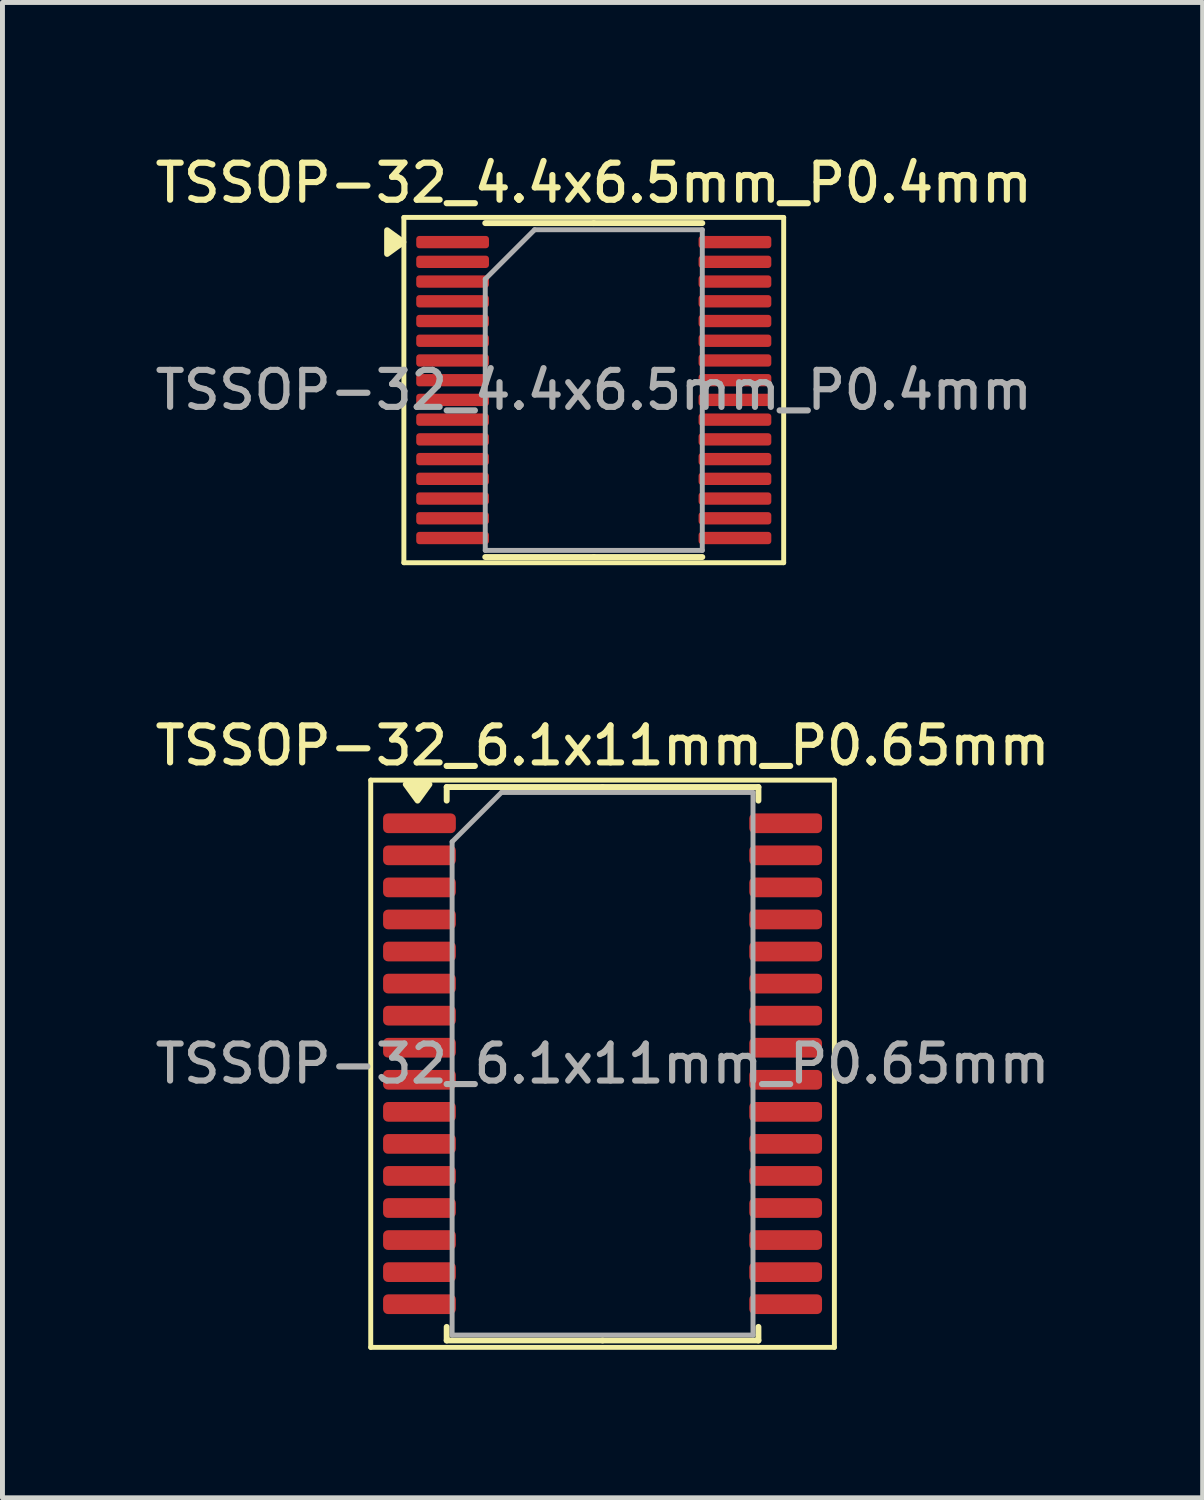
<source format=kicad_pcb>
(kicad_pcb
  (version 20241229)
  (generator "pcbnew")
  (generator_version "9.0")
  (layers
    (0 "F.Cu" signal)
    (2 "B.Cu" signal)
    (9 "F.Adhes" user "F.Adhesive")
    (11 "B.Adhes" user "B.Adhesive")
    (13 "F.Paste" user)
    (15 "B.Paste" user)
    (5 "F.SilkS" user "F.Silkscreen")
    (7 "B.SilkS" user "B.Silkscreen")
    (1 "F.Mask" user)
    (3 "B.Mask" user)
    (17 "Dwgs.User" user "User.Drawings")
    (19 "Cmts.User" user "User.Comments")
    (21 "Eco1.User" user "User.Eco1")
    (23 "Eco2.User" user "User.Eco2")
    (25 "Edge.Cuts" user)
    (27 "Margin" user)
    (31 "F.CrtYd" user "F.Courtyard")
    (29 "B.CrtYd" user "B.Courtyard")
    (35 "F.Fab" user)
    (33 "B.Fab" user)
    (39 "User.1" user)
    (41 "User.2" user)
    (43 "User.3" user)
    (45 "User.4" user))
  (footprint "TSSOP-32_6.1x11mm_P0.65mm"
    (layer "F.Cu")
    (at 9.166 18.516)
    (property "Reference" "TSSOP-32_6.1x11mm_P0.65mm" (at 0 -6.45 0) (layer "F.SilkS") (effects (font (size 0.75 0.75) (thickness 0.125))))
    (attr smd)
    (fp_line (start -4.7 -5.75) (end -4.7 5.75) (stroke (width 0.1) (type solid)) (layer "F.SilkS"))
    (fp_line (start -4.7 5.75) (end 4.7 5.75) (stroke (width 0.1) (type solid)) (layer "F.SilkS"))
    (fp_line (start -3.16 -5.61) (end -3.16 -5.335) (stroke (width 0.12) (type solid)) (layer "F.SilkS"))
    (fp_line (start -3.16 5.61) (end -3.16 5.335) (stroke (width 0.12) (type solid)) (layer "F.SilkS"))
    (fp_line (start 0 -5.61) (end -3.16 -5.61) (stroke (width 0.12) (type solid)) (layer "F.SilkS"))
    (fp_line (start 0 -5.61) (end 3.16 -5.61) (stroke (width 0.12) (type solid)) (layer "F.SilkS"))
    (fp_line (start 0 5.61) (end -3.16 5.61) (stroke (width 0.12) (type solid)) (layer "F.SilkS"))
    (fp_line (start 0 5.61) (end 3.16 5.61) (stroke (width 0.12) (type solid)) (layer "F.SilkS"))
    (fp_line (start 3.16 -5.61) (end 3.16 -5.335) (stroke (width 0.12) (type solid)) (layer "F.SilkS"))
    (fp_line (start 3.16 5.61) (end 3.16 5.335) (stroke (width 0.12) (type solid)) (layer "F.SilkS"))
    (fp_line (start 4.7 -5.75) (end -4.7 -5.75) (stroke (width 0.1) (type solid)) (layer "F.SilkS"))
    (fp_line (start 4.7 5.75) (end 4.7 -5.75) (stroke (width 0.1) (type solid)) (layer "F.SilkS"))
    (fp_poly (pts (xy -3.75 -5.335) (xy -3.99 -5.665) (xy -3.51 -5.665) (xy -3.75 -5.335)) (stroke (width 0.12) (type solid)) (fill yes) (layer "F.SilkS"))
    (fp_line (start -3.05 -4.5) (end -2.05 -5.5) (stroke (width 0.1) (type solid)) (layer "F.Fab"))
    (fp_line (start -3.05 5.5) (end -3.05 -4.5) (stroke (width 0.1) (type solid)) (layer "F.Fab"))
    (fp_line (start -2.05 -5.5) (end 3.05 -5.5) (stroke (width 0.1) (type solid)) (layer "F.Fab"))
    (fp_line (start 3.05 -5.5) (end 3.05 5.5) (stroke (width 0.1) (type solid)) (layer "F.Fab"))
    (fp_line (start 3.05 5.5) (end -3.05 5.5) (stroke (width 0.1) (type solid)) (layer "F.Fab"))
    (fp_text user "${REFERENCE}" (at 0 0 0) (layer "F.Fab") (effects (font (size 0.75 0.75) (thickness 0.125))))
    (pad "1" smd roundrect (at -3.712 -4.875) (size 1.475 0.4) (layers "F.Cu" "F.Mask" "F.Paste") (roundrect_rratio 0.25))
    (pad "2" smd roundrect (at -3.712 -4.225) (size 1.475 0.4) (layers "F.Cu" "F.Mask" "F.Paste") (roundrect_rratio 0.25))
    (pad "3" smd roundrect (at -3.712 -3.575) (size 1.475 0.4) (layers "F.Cu" "F.Mask" "F.Paste") (roundrect_rratio 0.25))
    (pad "4" smd roundrect (at -3.712 -2.925) (size 1.475 0.4) (layers "F.Cu" "F.Mask" "F.Paste") (roundrect_rratio 0.25))
    (pad "5" smd roundrect (at -3.712 -2.275) (size 1.475 0.4) (layers "F.Cu" "F.Mask" "F.Paste") (roundrect_rratio 0.25))
    (pad "6" smd roundrect (at -3.712 -1.625) (size 1.475 0.4) (layers "F.Cu" "F.Mask" "F.Paste") (roundrect_rratio 0.25))
    (pad "7" smd roundrect (at -3.712 -0.975) (size 1.475 0.4) (layers "F.Cu" "F.Mask" "F.Paste") (roundrect_rratio 0.25))
    (pad "8" smd roundrect (at -3.712 -0.325) (size 1.475 0.4) (layers "F.Cu" "F.Mask" "F.Paste") (roundrect_rratio 0.25))
    (pad "9" smd roundrect (at -3.712 0.325) (size 1.475 0.4) (layers "F.Cu" "F.Mask" "F.Paste") (roundrect_rratio 0.25))
    (pad "10" smd roundrect (at -3.712 0.975) (size 1.475 0.4) (layers "F.Cu" "F.Mask" "F.Paste") (roundrect_rratio 0.25))
    (pad "11" smd roundrect (at -3.712 1.625) (size 1.475 0.4) (layers "F.Cu" "F.Mask" "F.Paste") (roundrect_rratio 0.25))
    (pad "12" smd roundrect (at -3.712 2.275) (size 1.475 0.4) (layers "F.Cu" "F.Mask" "F.Paste") (roundrect_rratio 0.25))
    (pad "13" smd roundrect (at -3.712 2.925) (size 1.475 0.4) (layers "F.Cu" "F.Mask" "F.Paste") (roundrect_rratio 0.25))
    (pad "14" smd roundrect (at -3.712 3.575) (size 1.475 0.4) (layers "F.Cu" "F.Mask" "F.Paste") (roundrect_rratio 0.25))
    (pad "15" smd roundrect (at -3.712 4.225) (size 1.475 0.4) (layers "F.Cu" "F.Mask" "F.Paste") (roundrect_rratio 0.25))
    (pad "16" smd roundrect (at -3.712 4.875) (size 1.475 0.4) (layers "F.Cu" "F.Mask" "F.Paste") (roundrect_rratio 0.25))
    (pad "17" smd roundrect (at 3.712 4.875) (size 1.475 0.4) (layers "F.Cu" "F.Mask" "F.Paste") (roundrect_rratio 0.25))
    (pad "18" smd roundrect (at 3.712 4.225) (size 1.475 0.4) (layers "F.Cu" "F.Mask" "F.Paste") (roundrect_rratio 0.25))
    (pad "19" smd roundrect (at 3.712 3.575) (size 1.475 0.4) (layers "F.Cu" "F.Mask" "F.Paste") (roundrect_rratio 0.25))
    (pad "20" smd roundrect (at 3.712 2.925) (size 1.475 0.4) (layers "F.Cu" "F.Mask" "F.Paste") (roundrect_rratio 0.25))
    (pad "21" smd roundrect (at 3.712 2.275) (size 1.475 0.4) (layers "F.Cu" "F.Mask" "F.Paste") (roundrect_rratio 0.25))
    (pad "22" smd roundrect (at 3.712 1.625) (size 1.475 0.4) (layers "F.Cu" "F.Mask" "F.Paste") (roundrect_rratio 0.25))
    (pad "23" smd roundrect (at 3.712 0.975) (size 1.475 0.4) (layers "F.Cu" "F.Mask" "F.Paste") (roundrect_rratio 0.25))
    (pad "24" smd roundrect (at 3.712 0.325) (size 1.475 0.4) (layers "F.Cu" "F.Mask" "F.Paste") (roundrect_rratio 0.25))
    (pad "25" smd roundrect (at 3.712 -0.325) (size 1.475 0.4) (layers "F.Cu" "F.Mask" "F.Paste") (roundrect_rratio 0.25))
    (pad "26" smd roundrect (at 3.712 -0.975) (size 1.475 0.4) (layers "F.Cu" "F.Mask" "F.Paste") (roundrect_rratio 0.25))
    (pad "27" smd roundrect (at 3.712 -1.625) (size 1.475 0.4) (layers "F.Cu" "F.Mask" "F.Paste") (roundrect_rratio 0.25))
    (pad "28" smd roundrect (at 3.712 -2.275) (size 1.475 0.4) (layers "F.Cu" "F.Mask" "F.Paste") (roundrect_rratio 0.25))
    (pad "29" smd roundrect (at 3.712 -2.925) (size 1.475 0.4) (layers "F.Cu" "F.Mask" "F.Paste") (roundrect_rratio 0.25))
    (pad "30" smd roundrect (at 3.712 -3.575) (size 1.475 0.4) (layers "F.Cu" "F.Mask" "F.Paste") (roundrect_rratio 0.25))
    (pad "31" smd roundrect (at 3.712 -4.225) (size 1.475 0.4) (layers "F.Cu" "F.Mask" "F.Paste") (roundrect_rratio 0.25))
    (pad "32" smd roundrect (at 3.712 -4.875) (size 1.475 0.4) (layers "F.Cu" "F.Mask" "F.Paste") (roundrect_rratio 0.25)))
  (footprint "TSSOP-32_4.4x6.5mm_P0.4mm"
    (layer "F.Cu")
    (at 8.988 4.858)
    (property "Reference" "TSSOP-32_4.4x6.5mm_P0.4mm" (at 0 -4.2 0) (layer "F.SilkS") (effects (font (size 0.75 0.75) (thickness 0.125))))
    (attr smd)
    (fp_line (start -3.85 -3.5) (end -3.85 3.5) (stroke (width 0.1) (type solid)) (layer "F.SilkS"))
    (fp_line (start -3.85 3.5) (end 3.85 3.5) (stroke (width 0.1) (type solid)) (layer "F.SilkS"))
    (fp_line (start 0 -3.385) (end -2.2 -3.385) (stroke (width 0.12) (type solid)) (layer "F.SilkS"))
    (fp_line (start 0 -3.385) (end 2.2 -3.385) (stroke (width 0.12) (type solid)) (layer "F.SilkS"))
    (fp_line (start 0 3.385) (end -2.2 3.385) (stroke (width 0.12) (type solid)) (layer "F.SilkS"))
    (fp_line (start 0 3.385) (end 2.2 3.385) (stroke (width 0.12) (type solid)) (layer "F.SilkS"))
    (fp_line (start 3.85 -3.5) (end -3.85 -3.5) (stroke (width 0.1) (type solid)) (layer "F.SilkS"))
    (fp_line (start 3.85 3.5) (end 3.85 -3.5) (stroke (width 0.1) (type solid)) (layer "F.SilkS"))
    (fp_poly (pts (xy -3.86 -3) (xy -4.19 -3.24) (xy -4.19 -2.76) (xy -3.86 -3)) (stroke (width 0.12) (type solid)) (fill yes) (layer "F.SilkS"))
    (fp_line (start -2.2 -2.25) (end -1.2 -3.25) (stroke (width 0.1) (type solid)) (layer "F.Fab"))
    (fp_line (start -2.2 3.25) (end -2.2 -2.25) (stroke (width 0.1) (type solid)) (layer "F.Fab"))
    (fp_line (start -1.2 -3.25) (end 2.2 -3.25) (stroke (width 0.1) (type solid)) (layer "F.Fab"))
    (fp_line (start 2.2 -3.25) (end 2.2 3.25) (stroke (width 0.1) (type solid)) (layer "F.Fab"))
    (fp_line (start 2.2 3.25) (end -2.2 3.25) (stroke (width 0.1) (type solid)) (layer "F.Fab"))
    (fp_text user "${REFERENCE}" (at 0 0 0) (layer "F.Fab") (effects (font (size 0.75 0.75) (thickness 0.125))))
    (pad "1" smd roundrect (at -2.862 -3) (size 1.475 0.25) (layers "F.Cu" "F.Mask" "F.Paste") (roundrect_rratio 0.25))
    (pad "2" smd roundrect (at -2.862 -2.6) (size 1.475 0.25) (layers "F.Cu" "F.Mask" "F.Paste") (roundrect_rratio 0.25))
    (pad "3" smd roundrect (at -2.862 -2.2) (size 1.475 0.25) (layers "F.Cu" "F.Mask" "F.Paste") (roundrect_rratio 0.25))
    (pad "4" smd roundrect (at -2.862 -1.8) (size 1.475 0.25) (layers "F.Cu" "F.Mask" "F.Paste") (roundrect_rratio 0.25))
    (pad "5" smd roundrect (at -2.862 -1.4) (size 1.475 0.25) (layers "F.Cu" "F.Mask" "F.Paste") (roundrect_rratio 0.25))
    (pad "6" smd roundrect (at -2.862 -1) (size 1.475 0.25) (layers "F.Cu" "F.Mask" "F.Paste") (roundrect_rratio 0.25))
    (pad "7" smd roundrect (at -2.862 -0.6) (size 1.475 0.25) (layers "F.Cu" "F.Mask" "F.Paste") (roundrect_rratio 0.25))
    (pad "8" smd roundrect (at -2.862 -0.2) (size 1.475 0.25) (layers "F.Cu" "F.Mask" "F.Paste") (roundrect_rratio 0.25))
    (pad "9" smd roundrect (at -2.862 0.2) (size 1.475 0.25) (layers "F.Cu" "F.Mask" "F.Paste") (roundrect_rratio 0.25))
    (pad "10" smd roundrect (at -2.862 0.6) (size 1.475 0.25) (layers "F.Cu" "F.Mask" "F.Paste") (roundrect_rratio 0.25))
    (pad "11" smd roundrect (at -2.862 1) (size 1.475 0.25) (layers "F.Cu" "F.Mask" "F.Paste") (roundrect_rratio 0.25))
    (pad "12" smd roundrect (at -2.862 1.4) (size 1.475 0.25) (layers "F.Cu" "F.Mask" "F.Paste") (roundrect_rratio 0.25))
    (pad "13" smd roundrect (at -2.862 1.8) (size 1.475 0.25) (layers "F.Cu" "F.Mask" "F.Paste") (roundrect_rratio 0.25))
    (pad "14" smd roundrect (at -2.862 2.2) (size 1.475 0.25) (layers "F.Cu" "F.Mask" "F.Paste") (roundrect_rratio 0.25))
    (pad "15" smd roundrect (at -2.862 2.6) (size 1.475 0.25) (layers "F.Cu" "F.Mask" "F.Paste") (roundrect_rratio 0.25))
    (pad "16" smd roundrect (at -2.862 3) (size 1.475 0.25) (layers "F.Cu" "F.Mask" "F.Paste") (roundrect_rratio 0.25))
    (pad "17" smd roundrect (at 2.862 3) (size 1.475 0.25) (layers "F.Cu" "F.Mask" "F.Paste") (roundrect_rratio 0.25))
    (pad "18" smd roundrect (at 2.862 2.6) (size 1.475 0.25) (layers "F.Cu" "F.Mask" "F.Paste") (roundrect_rratio 0.25))
    (pad "19" smd roundrect (at 2.862 2.2) (size 1.475 0.25) (layers "F.Cu" "F.Mask" "F.Paste") (roundrect_rratio 0.25))
    (pad "20" smd roundrect (at 2.862 1.8) (size 1.475 0.25) (layers "F.Cu" "F.Mask" "F.Paste") (roundrect_rratio 0.25))
    (pad "21" smd roundrect (at 2.862 1.4) (size 1.475 0.25) (layers "F.Cu" "F.Mask" "F.Paste") (roundrect_rratio 0.25))
    (pad "22" smd roundrect (at 2.862 1) (size 1.475 0.25) (layers "F.Cu" "F.Mask" "F.Paste") (roundrect_rratio 0.25))
    (pad "23" smd roundrect (at 2.862 0.6) (size 1.475 0.25) (layers "F.Cu" "F.Mask" "F.Paste") (roundrect_rratio 0.25))
    (pad "24" smd roundrect (at 2.862 0.2) (size 1.475 0.25) (layers "F.Cu" "F.Mask" "F.Paste") (roundrect_rratio 0.25))
    (pad "25" smd roundrect (at 2.862 -0.2) (size 1.475 0.25) (layers "F.Cu" "F.Mask" "F.Paste") (roundrect_rratio 0.25))
    (pad "26" smd roundrect (at 2.862 -0.6) (size 1.475 0.25) (layers "F.Cu" "F.Mask" "F.Paste") (roundrect_rratio 0.25))
    (pad "27" smd roundrect (at 2.862 -1) (size 1.475 0.25) (layers "F.Cu" "F.Mask" "F.Paste") (roundrect_rratio 0.25))
    (pad "28" smd roundrect (at 2.862 -1.4) (size 1.475 0.25) (layers "F.Cu" "F.Mask" "F.Paste") (roundrect_rratio 0.25))
    (pad "29" smd roundrect (at 2.862 -1.8) (size 1.475 0.25) (layers "F.Cu" "F.Mask" "F.Paste") (roundrect_rratio 0.25))
    (pad "30" smd roundrect (at 2.862 -2.2) (size 1.475 0.25) (layers "F.Cu" "F.Mask" "F.Paste") (roundrect_rratio 0.25))
    (pad "31" smd roundrect (at 2.862 -2.6) (size 1.475 0.25) (layers "F.Cu" "F.Mask" "F.Paste") (roundrect_rratio 0.25))
    (pad "32" smd roundrect (at 2.862 -3) (size 1.475 0.25) (layers "F.Cu" "F.Mask" "F.Paste") (roundrect_rratio 0.25)))
  (gr_rect
    (start -3 -3)
    (end 21.332 27.316)
    (stroke (width 0.1) (type default))
    (fill no)
    (layer "Edge.Cuts")))
</source>
